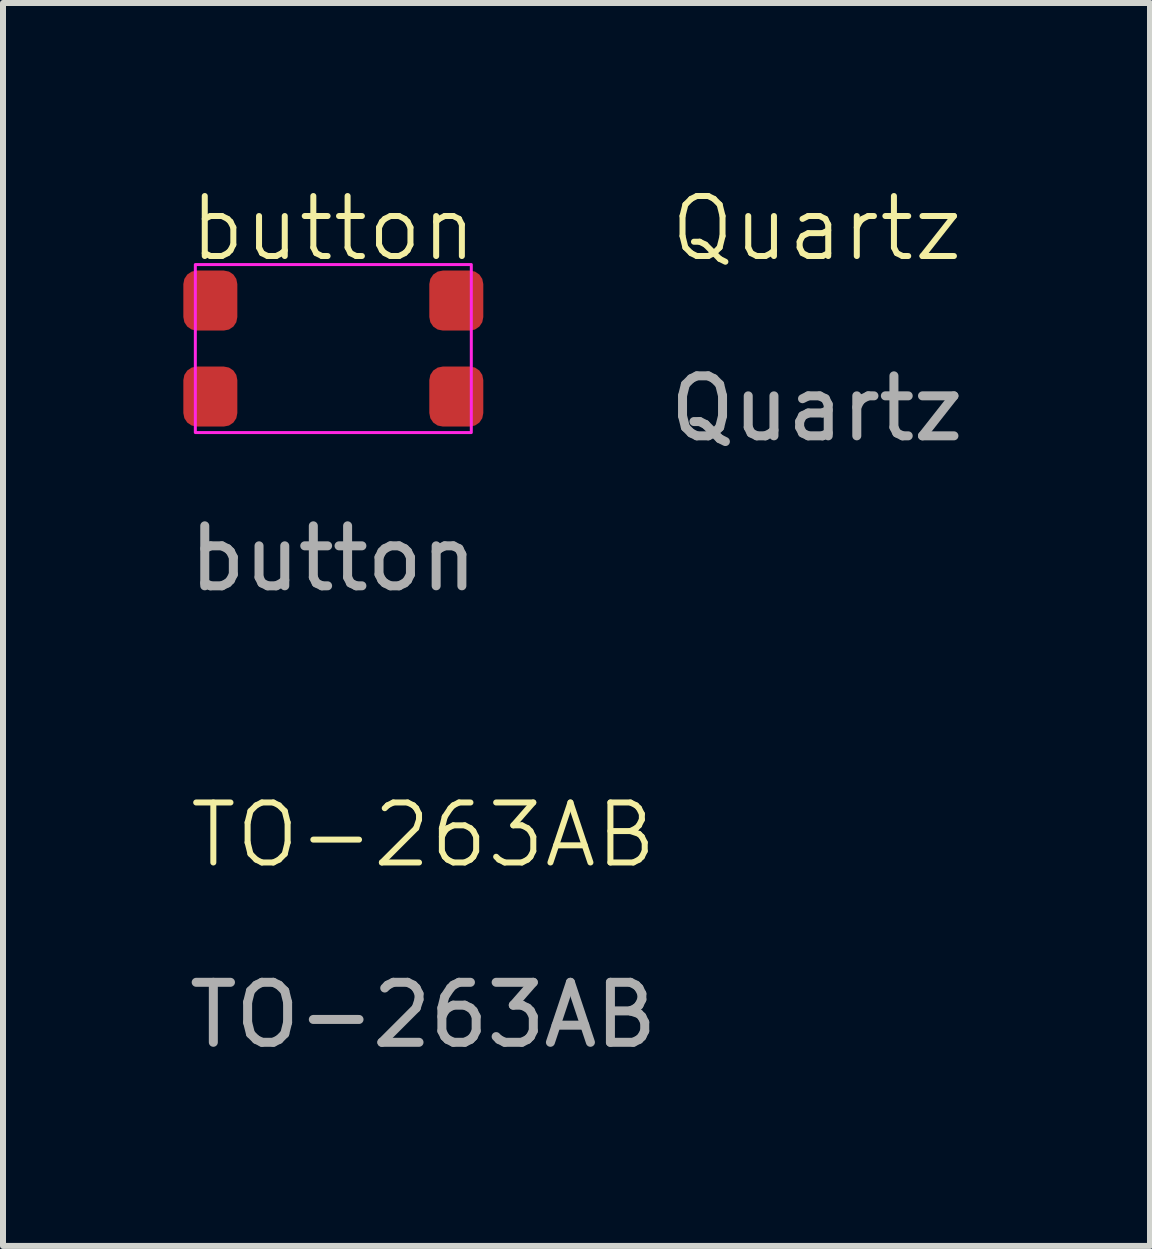
<source format=kicad_pcb>
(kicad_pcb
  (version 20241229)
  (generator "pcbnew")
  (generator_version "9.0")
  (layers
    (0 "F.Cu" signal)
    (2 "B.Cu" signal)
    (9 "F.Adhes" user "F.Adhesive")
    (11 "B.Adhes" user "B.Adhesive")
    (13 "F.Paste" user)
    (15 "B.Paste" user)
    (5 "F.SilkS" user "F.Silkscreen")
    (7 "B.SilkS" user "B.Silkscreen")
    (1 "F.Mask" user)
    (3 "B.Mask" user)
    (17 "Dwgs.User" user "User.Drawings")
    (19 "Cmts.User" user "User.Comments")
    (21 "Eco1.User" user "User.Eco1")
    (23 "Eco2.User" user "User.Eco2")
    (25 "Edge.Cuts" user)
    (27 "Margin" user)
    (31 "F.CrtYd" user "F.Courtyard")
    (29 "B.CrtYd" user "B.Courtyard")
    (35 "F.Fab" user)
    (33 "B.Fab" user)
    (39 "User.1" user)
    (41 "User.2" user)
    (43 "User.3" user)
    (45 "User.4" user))
  (footprint "TO-263AB"
    (layer "F.Cu")
    (at 4.006 11.369)
    (property "Reference" "TO-263AB" (at 0 -0.5 0) (unlocked yes) (layer "F.SilkS") (effects (font (size 1 1) (thickness 0.1))))
    (attr smd)
    (fp_text user "${REFERENCE}" (at 0 2.5 0) (unlocked yes) (layer "F.Fab") (effects (font (size 1 1) (thickness 0.15)))))
  (footprint "button"
    (layer "F.Cu")
    (at 2.506 2.76)
    (property "Reference" "button" (at 0 -2 0) (unlocked yes) (layer "F.SilkS") (effects (font (size 1 1) (thickness 0.1))))
    (attr smd)
    (fp_rect (start -2.3 -1.4) (end 2.3 1.4) (stroke (width 0.05) (type default)) (fill no) (layer "F.CrtYd"))
    (fp_text user "${REFERENCE}" (at 0 3.5 0) (unlocked yes) (layer "F.Fab") (effects (font (size 1 1) (thickness 0.15))))
    (pad "1" smd roundrect (at -2.05 -0.8) (size 0.9 1) (layers "F.Cu" "F.Mask" "F.Paste") (roundrect_rratio 0.25))
    (pad "1" smd roundrect (at 2.05 -0.8) (size 0.9 1) (layers "F.Cu" "F.Mask" "F.Paste") (roundrect_rratio 0.25))
    (pad "2" smd roundrect (at -2.05 0.8) (size 0.9 1) (layers "F.Cu" "F.Mask" "F.Paste") (roundrect_rratio 0.25))
    (pad "2" smd roundrect (at 2.05 0.8) (size 0.9 1) (layers "F.Cu" "F.Mask" "F.Paste") (roundrect_rratio 0.25)))
  (footprint "Quartz"
    (layer "F.Cu")
    (at 10.565 1.26)
    (property "Reference" "Quartz" (at 0 -0.5 0) (unlocked yes) (layer "F.SilkS") (effects (font (size 1 1) (thickness 0.1))))
    (attr through_hole)
    (fp_text user "${REFERENCE}" (at 0 2.5 0) (unlocked yes) (layer "F.Fab") (effects (font (size 1 1) (thickness 0.15)))))
  (gr_rect
    (start -3 -3)
    (end 16.119 17.718)
    (stroke (width 0.1) (type default))
    (fill no)
    (layer "Edge.Cuts")))
</source>
